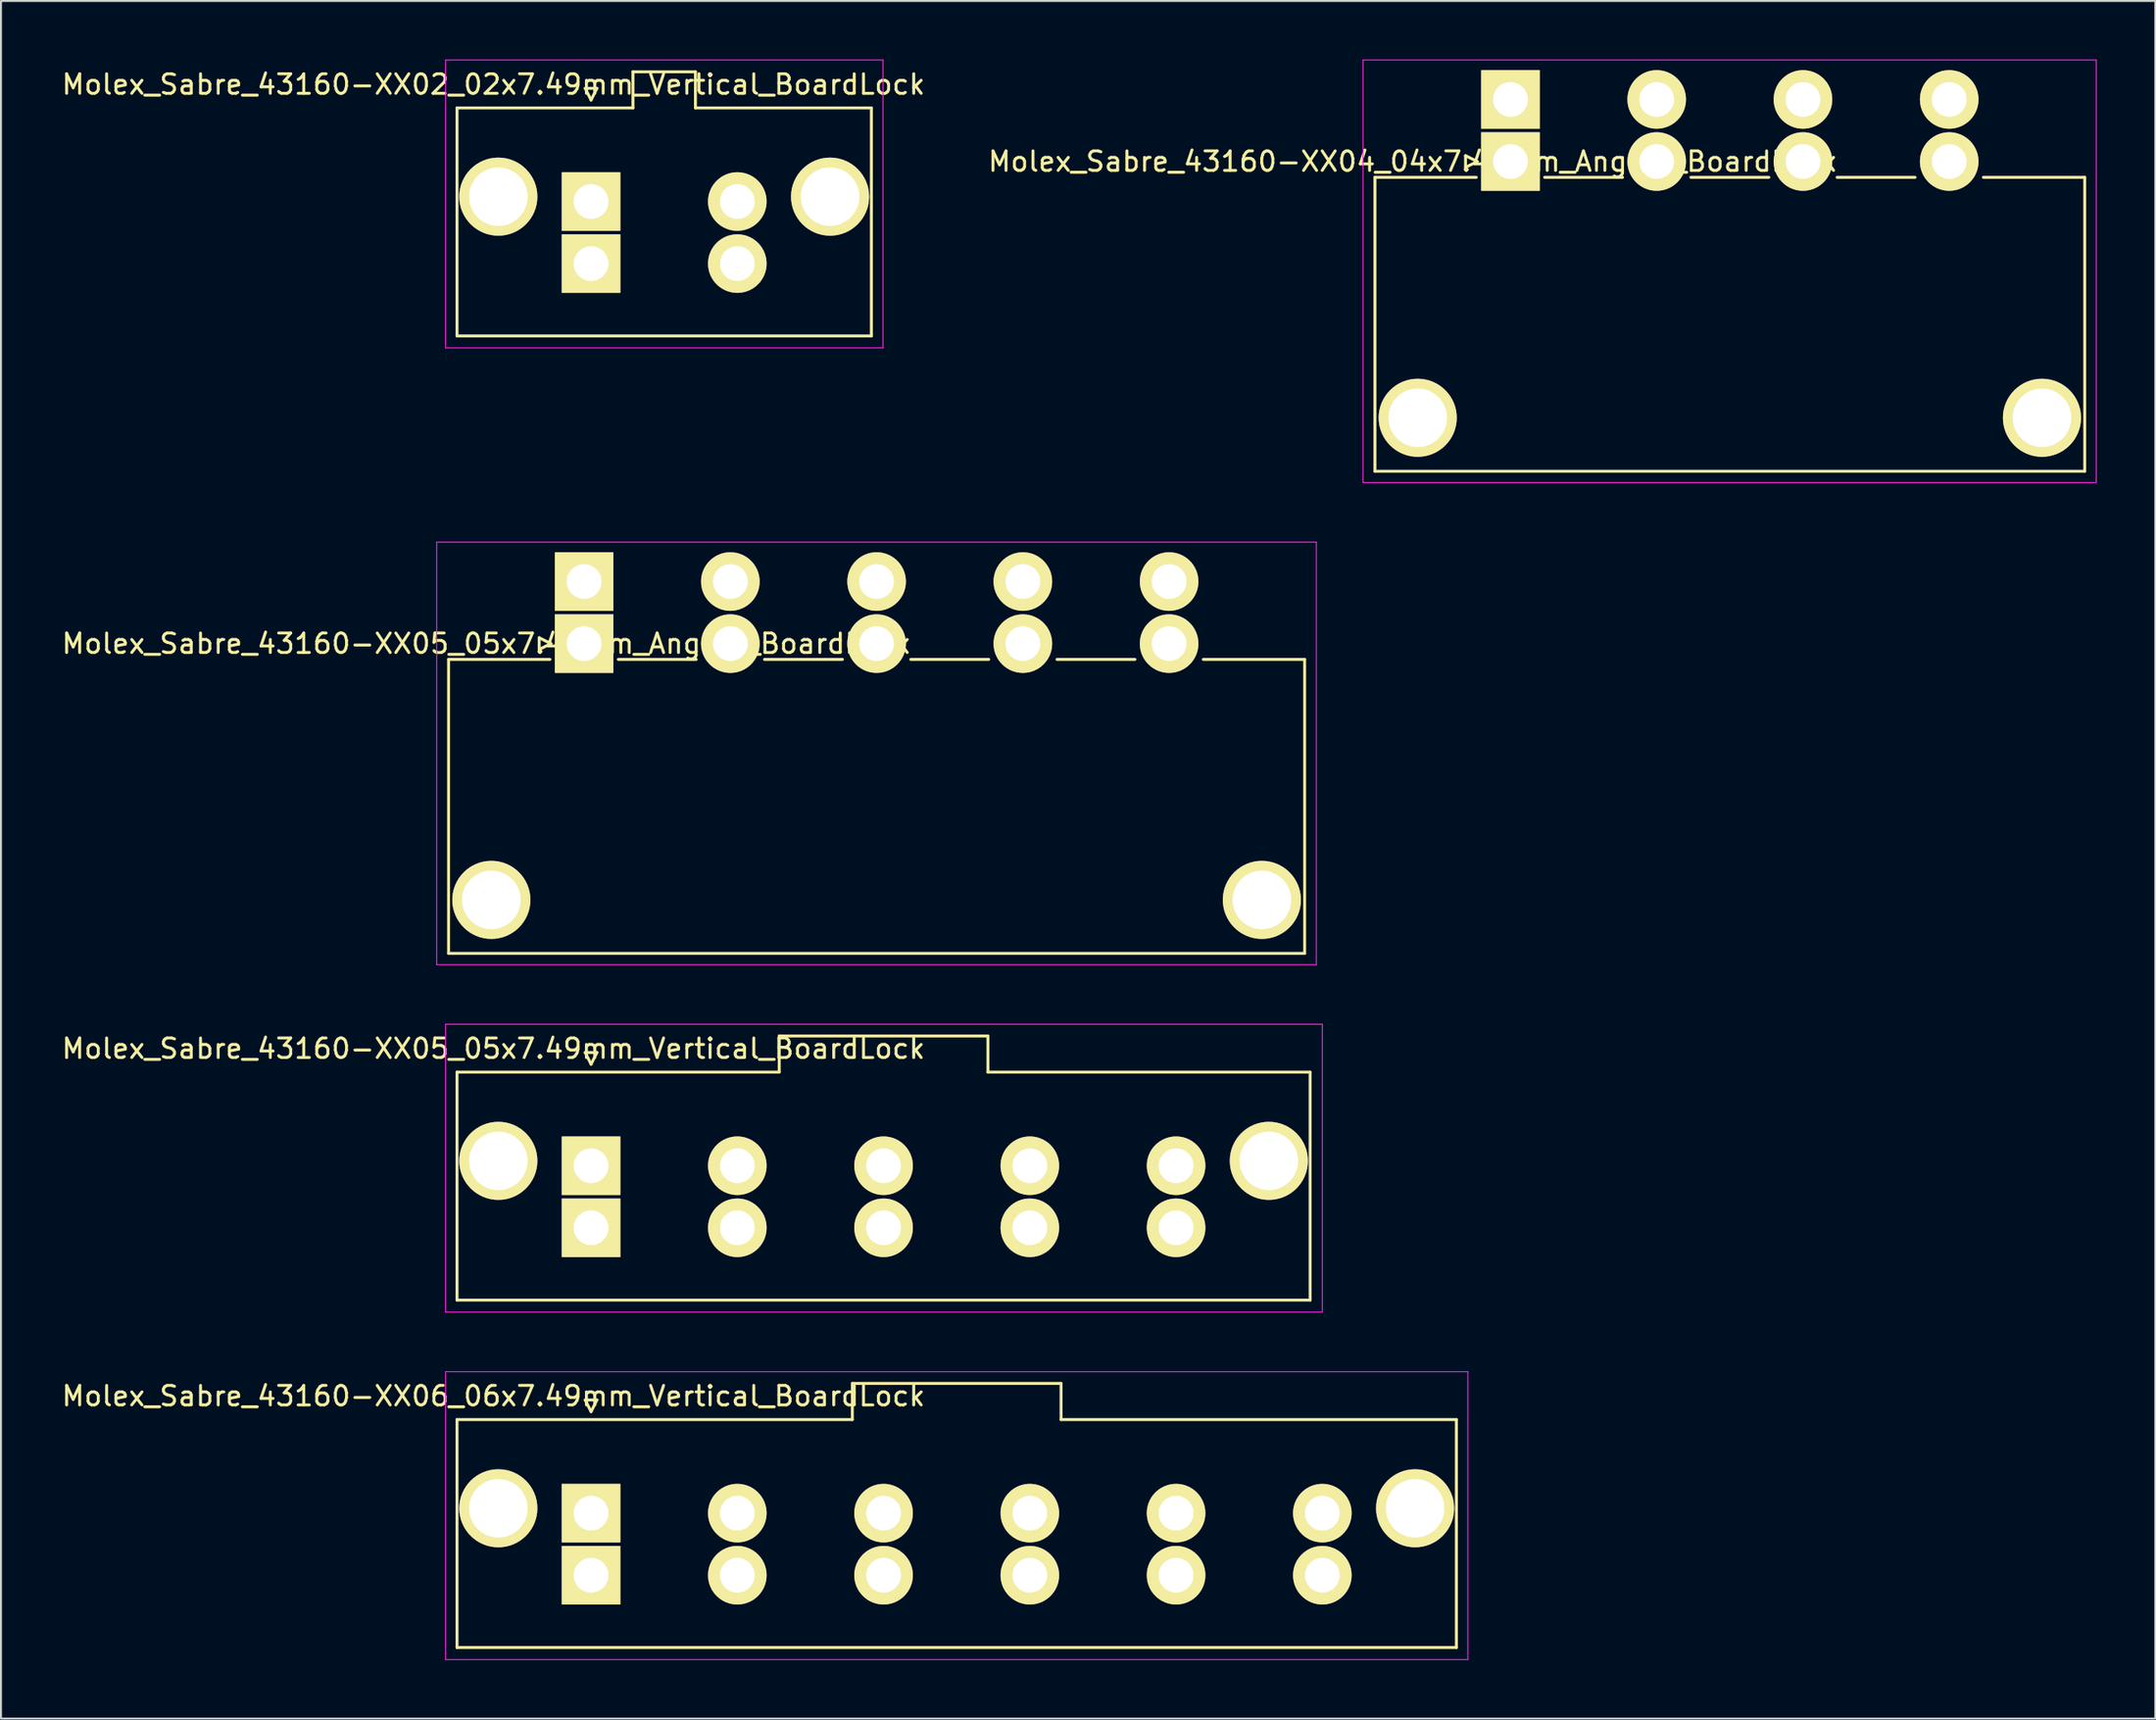
<source format=kicad_pcb>
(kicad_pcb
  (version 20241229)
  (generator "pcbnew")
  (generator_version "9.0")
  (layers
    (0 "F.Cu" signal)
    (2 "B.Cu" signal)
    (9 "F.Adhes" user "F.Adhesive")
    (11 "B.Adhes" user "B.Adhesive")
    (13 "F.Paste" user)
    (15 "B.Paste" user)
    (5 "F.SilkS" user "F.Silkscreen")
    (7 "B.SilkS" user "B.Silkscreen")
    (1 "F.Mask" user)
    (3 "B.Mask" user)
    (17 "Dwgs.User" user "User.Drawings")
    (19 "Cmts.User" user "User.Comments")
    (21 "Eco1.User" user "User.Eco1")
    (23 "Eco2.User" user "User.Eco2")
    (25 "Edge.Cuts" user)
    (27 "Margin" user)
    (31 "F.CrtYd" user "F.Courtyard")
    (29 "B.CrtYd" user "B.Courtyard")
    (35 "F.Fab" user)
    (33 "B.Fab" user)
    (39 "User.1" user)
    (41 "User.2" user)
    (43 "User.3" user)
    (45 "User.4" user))
  (footprint "Molex_Sabre_43160-XX05_05x7.49mm_Angled_BoardLock"
    (layer "F.Cu")
    (at 26.863 29.925)
    (property "Reference" "Molex_Sabre_43160-XX05_05x7.49mm_Angled_BoardLock" (at -5 0 0) (layer "F.SilkS") (effects (font (size 1 1) (thickness 0.15))))
    (attr through_hole)
    (fp_line (start -6.94 0.81) (end -6.94 15.87) (stroke (width 0.15) (type solid)) (layer "F.SilkS"))
    (fp_line (start -6.94 0.81) (end -1.75 0.81) (stroke (width 0.15) (type solid)) (layer "F.SilkS"))
    (fp_line (start -6.94 15.87) (end 36.9 15.87) (stroke (width 0.15) (type solid)) (layer "F.SilkS"))
    (fp_line (start -2.3 -0.3) (end -1.7 0) (stroke (width 0.15) (type solid)) (layer "F.SilkS"))
    (fp_line (start -2.3 0.3) (end -2.3 -0.3) (stroke (width 0.15) (type solid)) (layer "F.SilkS"))
    (fp_line (start -1.7 0) (end -2.3 0.3) (stroke (width 0.15) (type solid)) (layer "F.SilkS"))
    (fp_line (start 1.75 0.81) (end 5.74 0.81) (stroke (width 0.15) (type solid)) (layer "F.SilkS"))
    (fp_line (start 9.24 0.81) (end 13.23 0.81) (stroke (width 0.15) (type solid)) (layer "F.SilkS"))
    (fp_line (start 16.73 0.81) (end 20.72 0.81) (stroke (width 0.15) (type solid)) (layer "F.SilkS"))
    (fp_line (start 24.22 0.81) (end 28.21 0.81) (stroke (width 0.15) (type solid)) (layer "F.SilkS"))
    (fp_line (start 31.71 0.81) (end 36.9 0.81) (stroke (width 0.15) (type solid)) (layer "F.SilkS"))
    (fp_line (start 36.9 15.87) (end 36.9 0.81) (stroke (width 0.15) (type solid)) (layer "F.SilkS"))
    (fp_line (start -7.55 -5.2) (end -7.55 16.45) (stroke (width 0.05) (type solid)) (layer "F.CrtYd"))
    (fp_line (start -7.55 16.45) (end 37.5 16.45) (stroke (width 0.05) (type solid)) (layer "F.CrtYd"))
    (fp_line (start 37.5 -5.2) (end -7.55 -5.2) (stroke (width 0.05) (type solid)) (layer "F.CrtYd"))
    (fp_line (start 37.5 16.45) (end 37.5 -5.2) (stroke (width 0.05) (type solid)) (layer "F.CrtYd"))
    (pad "" thru_hole circle (at -4.75 13.13) (size 4 4) (drill 3) (layers "*.Cu" "*.Mask" "F.SilkS"))
    (pad "" thru_hole circle (at 34.71 13.13) (size 4 4) (drill 3) (layers "*.Cu" "*.Mask" "F.SilkS"))
    (pad "1" thru_hole rect (at 0 -3.18) (size 3 3) (drill 1.78) (layers "*.Cu" "*.Mask" "F.SilkS"))
    (pad "1" thru_hole rect (at 0 0) (size 3 3) (drill 1.78) (layers "*.Cu" "*.Mask" "F.SilkS"))
    (pad "2" thru_hole circle (at 7.49 -3.18) (size 3 3) (drill 1.78) (layers "*.Cu" "*.Mask" "F.SilkS"))
    (pad "2" thru_hole circle (at 7.49 0) (size 3 3) (drill 1.78) (layers "*.Cu" "*.Mask" "F.SilkS"))
    (pad "3" thru_hole circle (at 14.98 -3.18) (size 3 3) (drill 1.78) (layers "*.Cu" "*.Mask" "F.SilkS"))
    (pad "3" thru_hole circle (at 14.98 0) (size 3 3) (drill 1.78) (layers "*.Cu" "*.Mask" "F.SilkS"))
    (pad "4" thru_hole circle (at 22.47 -3.18) (size 3 3) (drill 1.78) (layers "*.Cu" "*.Mask" "F.SilkS"))
    (pad "4" thru_hole circle (at 22.47 0) (size 3 3) (drill 1.78) (layers "*.Cu" "*.Mask" "F.SilkS"))
    (pad "5" thru_hole circle (at 29.96 -3.18) (size 3 3) (drill 1.78) (layers "*.Cu" "*.Mask" "F.SilkS"))
    (pad "5" thru_hole circle (at 29.96 0) (size 3 3) (drill 1.78) (layers "*.Cu" "*.Mask" "F.SilkS")))
  (footprint "Molex_Sabre_43160-XX05_05x7.49mm_Vertical_BoardLock"
    (layer "F.Cu")
    (at 27.22 56.675)
    (property "Reference" "Molex_Sabre_43160-XX05_05x7.49mm_Vertical_BoardLock" (at -5 -6 0) (layer "F.SilkS") (effects (font (size 1 1) (thickness 0.15))))
    (attr through_hole)
    (fp_line (start -6.865 -4.795) (end 9.635 -4.795) (stroke (width 0.15) (type solid)) (layer "F.SilkS"))
    (fp_line (start -6.865 6.885) (end -6.865 -4.795) (stroke (width 0.15) (type solid)) (layer "F.SilkS"))
    (fp_line (start -0.3 -5.8) (end 0 -5.2) (stroke (width 0.15) (type solid)) (layer "F.SilkS"))
    (fp_line (start 0 -5.2) (end 0.3 -5.8) (stroke (width 0.15) (type solid)) (layer "F.SilkS"))
    (fp_line (start 0.3 -5.8) (end -0.3 -5.8) (stroke (width 0.15) (type solid)) (layer "F.SilkS"))
    (fp_line (start 9.635 -6.645) (end 20.325 -6.645) (stroke (width 0.15) (type solid)) (layer "F.SilkS"))
    (fp_line (start 9.635 -4.795) (end 9.635 -6.645) (stroke (width 0.15) (type solid)) (layer "F.SilkS"))
    (fp_line (start 20.325 -6.645) (end 20.325 -4.795) (stroke (width 0.15) (type solid)) (layer "F.SilkS"))
    (fp_line (start 20.325 -4.795) (end 36.825 -4.795) (stroke (width 0.15) (type solid)) (layer "F.SilkS"))
    (fp_line (start 36.825 -4.795) (end 36.825 6.885) (stroke (width 0.15) (type solid)) (layer "F.SilkS"))
    (fp_line (start 36.825 6.885) (end -6.865 6.885) (stroke (width 0.15) (type solid)) (layer "F.SilkS"))
    (fp_line (start -7.45 -7.25) (end -7.45 7.5) (stroke (width 0.05) (type solid)) (layer "F.CrtYd"))
    (fp_line (start -7.45 7.5) (end 37.45 7.5) (stroke (width 0.05) (type solid)) (layer "F.CrtYd"))
    (fp_line (start 37.45 -7.25) (end -7.45 -7.25) (stroke (width 0.05) (type solid)) (layer "F.CrtYd"))
    (fp_line (start 37.45 7.5) (end 37.45 -7.25) (stroke (width 0.05) (type solid)) (layer "F.CrtYd"))
    (pad "" thru_hole circle (at -4.75 -0.25) (size 4 4) (drill 3) (layers "*.Cu" "*.Mask" "F.SilkS"))
    (pad "" thru_hole circle (at 34.71 -0.25) (size 4 4) (drill 3) (layers "*.Cu" "*.Mask" "F.SilkS"))
    (pad "1" thru_hole rect (at 0 0) (size 3 3) (drill 1.78) (layers "*.Cu" "*.Mask" "F.SilkS"))
    (pad "1" thru_hole rect (at 0 3.18) (size 3 3) (drill 1.78) (layers "*.Cu" "*.Mask" "F.SilkS"))
    (pad "2" thru_hole circle (at 7.49 0) (size 3 3) (drill 1.78) (layers "*.Cu" "*.Mask" "F.SilkS"))
    (pad "2" thru_hole circle (at 7.49 3.18) (size 3 3) (drill 1.78) (layers "*.Cu" "*.Mask" "F.SilkS"))
    (pad "3" thru_hole circle (at 14.98 0) (size 3 3) (drill 1.78) (layers "*.Cu" "*.Mask" "F.SilkS"))
    (pad "3" thru_hole circle (at 14.98 3.18) (size 3 3) (drill 1.78) (layers "*.Cu" "*.Mask" "F.SilkS"))
    (pad "4" thru_hole circle (at 22.47 0) (size 3 3) (drill 1.78) (layers "*.Cu" "*.Mask" "F.SilkS"))
    (pad "4" thru_hole circle (at 22.47 3.18) (size 3 3) (drill 1.78) (layers "*.Cu" "*.Mask" "F.SilkS"))
    (pad "5" thru_hole circle (at 29.96 0) (size 3 3) (drill 1.78) (layers "*.Cu" "*.Mask" "F.SilkS"))
    (pad "5" thru_hole circle (at 29.96 3.18) (size 3 3) (drill 1.78) (layers "*.Cu" "*.Mask" "F.SilkS")))
  (footprint "Molex_Sabre_43160-XX02_02x7.49mm_Vertical_BoardLock"
    (layer "F.Cu")
    (at 27.22 7.275)
    (property "Reference" "Molex_Sabre_43160-XX02_02x7.49mm_Vertical_BoardLock" (at -5 -6 0) (layer "F.SilkS") (effects (font (size 1 1) (thickness 0.15))))
    (attr through_hole)
    (fp_line (start -6.865 -4.795) (end 2.145 -4.795) (stroke (width 0.15) (type solid)) (layer "F.SilkS"))
    (fp_line (start -6.865 6.885) (end -6.865 -4.795) (stroke (width 0.15) (type solid)) (layer "F.SilkS"))
    (fp_line (start -0.3 -5.8) (end 0 -5.2) (stroke (width 0.15) (type solid)) (layer "F.SilkS"))
    (fp_line (start 0 -5.2) (end 0.3 -5.8) (stroke (width 0.15) (type solid)) (layer "F.SilkS"))
    (fp_line (start 0.3 -5.8) (end -0.3 -5.8) (stroke (width 0.15) (type solid)) (layer "F.SilkS"))
    (fp_line (start 2.145 -6.645) (end 5.345 -6.645) (stroke (width 0.15) (type solid)) (layer "F.SilkS"))
    (fp_line (start 2.145 -4.795) (end 2.145 -6.645) (stroke (width 0.15) (type solid)) (layer "F.SilkS"))
    (fp_line (start 5.345 -6.645) (end 5.345 -4.795) (stroke (width 0.15) (type solid)) (layer "F.SilkS"))
    (fp_line (start 5.345 -4.795) (end 14.355 -4.795) (stroke (width 0.15) (type solid)) (layer "F.SilkS"))
    (fp_line (start 14.355 -4.795) (end 14.355 6.885) (stroke (width 0.15) (type solid)) (layer "F.SilkS"))
    (fp_line (start 14.355 6.885) (end -6.865 6.885) (stroke (width 0.15) (type solid)) (layer "F.SilkS"))
    (fp_line (start -7.45 -7.25) (end -7.45 7.5) (stroke (width 0.05) (type solid)) (layer "F.CrtYd"))
    (fp_line (start -7.45 7.5) (end 14.95 7.5) (stroke (width 0.05) (type solid)) (layer "F.CrtYd"))
    (fp_line (start 14.95 -7.25) (end -7.45 -7.25) (stroke (width 0.05) (type solid)) (layer "F.CrtYd"))
    (fp_line (start 14.95 7.5) (end 14.95 -7.25) (stroke (width 0.05) (type solid)) (layer "F.CrtYd"))
    (pad "" thru_hole circle (at -4.75 -0.25) (size 4 4) (drill 3) (layers "*.Cu" "*.Mask" "F.SilkS"))
    (pad "" thru_hole circle (at 12.24 -0.25) (size 4 4) (drill 3) (layers "*.Cu" "*.Mask" "F.SilkS"))
    (pad "1" thru_hole rect (at 0 0) (size 3 3) (drill 1.78) (layers "*.Cu" "*.Mask" "F.SilkS"))
    (pad "1" thru_hole rect (at 0 3.18) (size 3 3) (drill 1.78) (layers "*.Cu" "*.Mask" "F.SilkS"))
    (pad "2" thru_hole circle (at 7.49 0) (size 3 3) (drill 1.78) (layers "*.Cu" "*.Mask" "F.SilkS"))
    (pad "2" thru_hole circle (at 7.49 3.18) (size 3 3) (drill 1.78) (layers "*.Cu" "*.Mask" "F.SilkS")))
  (footprint "Molex_Sabre_43160-XX06_06x7.49mm_Vertical_BoardLock"
    (layer "F.Cu")
    (at 27.22 74.475)
    (property "Reference" "Molex_Sabre_43160-XX06_06x7.49mm_Vertical_BoardLock" (at -5 -6 0) (layer "F.SilkS") (effects (font (size 1 1) (thickness 0.15))))
    (attr through_hole)
    (fp_line (start -6.865 -4.795) (end 13.38 -4.795) (stroke (width 0.15) (type solid)) (layer "F.SilkS"))
    (fp_line (start -6.865 6.885) (end -6.865 -4.795) (stroke (width 0.15) (type solid)) (layer "F.SilkS"))
    (fp_line (start -0.3 -5.8) (end 0 -5.2) (stroke (width 0.15) (type solid)) (layer "F.SilkS"))
    (fp_line (start 0 -5.2) (end 0.3 -5.8) (stroke (width 0.15) (type solid)) (layer "F.SilkS"))
    (fp_line (start 0.3 -5.8) (end -0.3 -5.8) (stroke (width 0.15) (type solid)) (layer "F.SilkS"))
    (fp_line (start 13.38 -6.645) (end 24.07 -6.645) (stroke (width 0.15) (type solid)) (layer "F.SilkS"))
    (fp_line (start 13.38 -4.795) (end 13.38 -6.645) (stroke (width 0.15) (type solid)) (layer "F.SilkS"))
    (fp_line (start 24.07 -6.645) (end 24.07 -4.795) (stroke (width 0.15) (type solid)) (layer "F.SilkS"))
    (fp_line (start 24.07 -4.795) (end 44.315 -4.795) (stroke (width 0.15) (type solid)) (layer "F.SilkS"))
    (fp_line (start 44.315 -4.795) (end 44.315 6.885) (stroke (width 0.15) (type solid)) (layer "F.SilkS"))
    (fp_line (start 44.315 6.885) (end -6.865 6.885) (stroke (width 0.15) (type solid)) (layer "F.SilkS"))
    (fp_line (start -7.45 -7.25) (end -7.45 7.5) (stroke (width 0.05) (type solid)) (layer "F.CrtYd"))
    (fp_line (start -7.45 7.5) (end 44.9 7.5) (stroke (width 0.05) (type solid)) (layer "F.CrtYd"))
    (fp_line (start 44.9 -7.25) (end -7.45 -7.25) (stroke (width 0.05) (type solid)) (layer "F.CrtYd"))
    (fp_line (start 44.9 7.5) (end 44.9 -7.25) (stroke (width 0.05) (type solid)) (layer "F.CrtYd"))
    (pad "" thru_hole circle (at -4.75 -0.25) (size 4 4) (drill 3) (layers "*.Cu" "*.Mask" "F.SilkS"))
    (pad "" thru_hole circle (at 42.2 -0.25) (size 4 4) (drill 3) (layers "*.Cu" "*.Mask" "F.SilkS"))
    (pad "1" thru_hole rect (at 0 0) (size 3 3) (drill 1.78) (layers "*.Cu" "*.Mask" "F.SilkS"))
    (pad "1" thru_hole rect (at 0 3.18) (size 3 3) (drill 1.78) (layers "*.Cu" "*.Mask" "F.SilkS"))
    (pad "2" thru_hole circle (at 7.49 0) (size 3 3) (drill 1.78) (layers "*.Cu" "*.Mask" "F.SilkS"))
    (pad "2" thru_hole circle (at 7.49 3.18) (size 3 3) (drill 1.78) (layers "*.Cu" "*.Mask" "F.SilkS"))
    (pad "3" thru_hole circle (at 14.98 0) (size 3 3) (drill 1.78) (layers "*.Cu" "*.Mask" "F.SilkS"))
    (pad "3" thru_hole circle (at 14.98 3.18) (size 3 3) (drill 1.78) (layers "*.Cu" "*.Mask" "F.SilkS"))
    (pad "4" thru_hole circle (at 22.47 0) (size 3 3) (drill 1.78) (layers "*.Cu" "*.Mask" "F.SilkS"))
    (pad "4" thru_hole circle (at 22.47 3.18) (size 3 3) (drill 1.78) (layers "*.Cu" "*.Mask" "F.SilkS"))
    (pad "5" thru_hole circle (at 29.96 0) (size 3 3) (drill 1.78) (layers "*.Cu" "*.Mask" "F.SilkS"))
    (pad "5" thru_hole circle (at 29.96 3.18) (size 3 3) (drill 1.78) (layers "*.Cu" "*.Mask" "F.SilkS"))
    (pad "6" thru_hole circle (at 37.45 0) (size 3 3) (drill 1.78) (layers "*.Cu" "*.Mask" "F.SilkS"))
    (pad "6" thru_hole circle (at 37.45 3.18) (size 3 3) (drill 1.78) (layers "*.Cu" "*.Mask" "F.SilkS")))
  (footprint "Molex_Sabre_43160-XX04_04x7.49mm_Angled_BoardLock"
    (layer "F.Cu")
    (at 74.304 5.225)
    (property "Reference" "Molex_Sabre_43160-XX04_04x7.49mm_Angled_BoardLock" (at -5 0 0) (layer "F.SilkS") (effects (font (size 1 1) (thickness 0.15))))
    (attr through_hole)
    (fp_line (start -6.94 0.81) (end -6.94 15.87) (stroke (width 0.15) (type solid)) (layer "F.SilkS"))
    (fp_line (start -6.94 0.81) (end -1.75 0.81) (stroke (width 0.15) (type solid)) (layer "F.SilkS"))
    (fp_line (start -6.94 15.87) (end 29.41 15.87) (stroke (width 0.15) (type solid)) (layer "F.SilkS"))
    (fp_line (start -2.3 -0.3) (end -1.7 0) (stroke (width 0.15) (type solid)) (layer "F.SilkS"))
    (fp_line (start -2.3 0.3) (end -2.3 -0.3) (stroke (width 0.15) (type solid)) (layer "F.SilkS"))
    (fp_line (start -1.7 0) (end -2.3 0.3) (stroke (width 0.15) (type solid)) (layer "F.SilkS"))
    (fp_line (start 1.75 0.81) (end 5.74 0.81) (stroke (width 0.15) (type solid)) (layer "F.SilkS"))
    (fp_line (start 9.24 0.81) (end 13.23 0.81) (stroke (width 0.15) (type solid)) (layer "F.SilkS"))
    (fp_line (start 16.73 0.81) (end 20.72 0.81) (stroke (width 0.15) (type solid)) (layer "F.SilkS"))
    (fp_line (start 24.22 0.81) (end 29.41 0.81) (stroke (width 0.15) (type solid)) (layer "F.SilkS"))
    (fp_line (start 29.41 15.87) (end 29.41 0.81) (stroke (width 0.15) (type solid)) (layer "F.SilkS"))
    (fp_line (start -7.55 -5.2) (end -7.55 16.45) (stroke (width 0.05) (type solid)) (layer "F.CrtYd"))
    (fp_line (start -7.55 16.45) (end 30 16.45) (stroke (width 0.05) (type solid)) (layer "F.CrtYd"))
    (fp_line (start 30 -5.2) (end -7.55 -5.2) (stroke (width 0.05) (type solid)) (layer "F.CrtYd"))
    (fp_line (start 30 16.45) (end 30 -5.2) (stroke (width 0.05) (type solid)) (layer "F.CrtYd"))
    (pad "" thru_hole circle (at -4.75 13.13) (size 4 4) (drill 3) (layers "*.Cu" "*.Mask" "F.SilkS"))
    (pad "" thru_hole circle (at 27.22 13.13) (size 4 4) (drill 3) (layers "*.Cu" "*.Mask" "F.SilkS"))
    (pad "1" thru_hole rect (at 0 -3.18) (size 3 3) (drill 1.78) (layers "*.Cu" "*.Mask" "F.SilkS"))
    (pad "1" thru_hole rect (at 0 0) (size 3 3) (drill 1.78) (layers "*.Cu" "*.Mask" "F.SilkS"))
    (pad "2" thru_hole circle (at 7.49 -3.18) (size 3 3) (drill 1.78) (layers "*.Cu" "*.Mask" "F.SilkS"))
    (pad "2" thru_hole circle (at 7.49 0) (size 3 3) (drill 1.78) (layers "*.Cu" "*.Mask" "F.SilkS"))
    (pad "3" thru_hole circle (at 14.98 -3.18) (size 3 3) (drill 1.78) (layers "*.Cu" "*.Mask" "F.SilkS"))
    (pad "3" thru_hole circle (at 14.98 0) (size 3 3) (drill 1.78) (layers "*.Cu" "*.Mask" "F.SilkS"))
    (pad "4" thru_hole circle (at 22.47 -3.18) (size 3 3) (drill 1.78) (layers "*.Cu" "*.Mask" "F.SilkS"))
    (pad "4" thru_hole circle (at 22.47 0) (size 3 3) (drill 1.78) (layers "*.Cu" "*.Mask" "F.SilkS")))
  (gr_rect
    (start -3 -3)
    (end 107.329 85)
    (stroke (width 0.1) (type default))
    (fill no)
    (layer "Edge.Cuts")))
</source>
